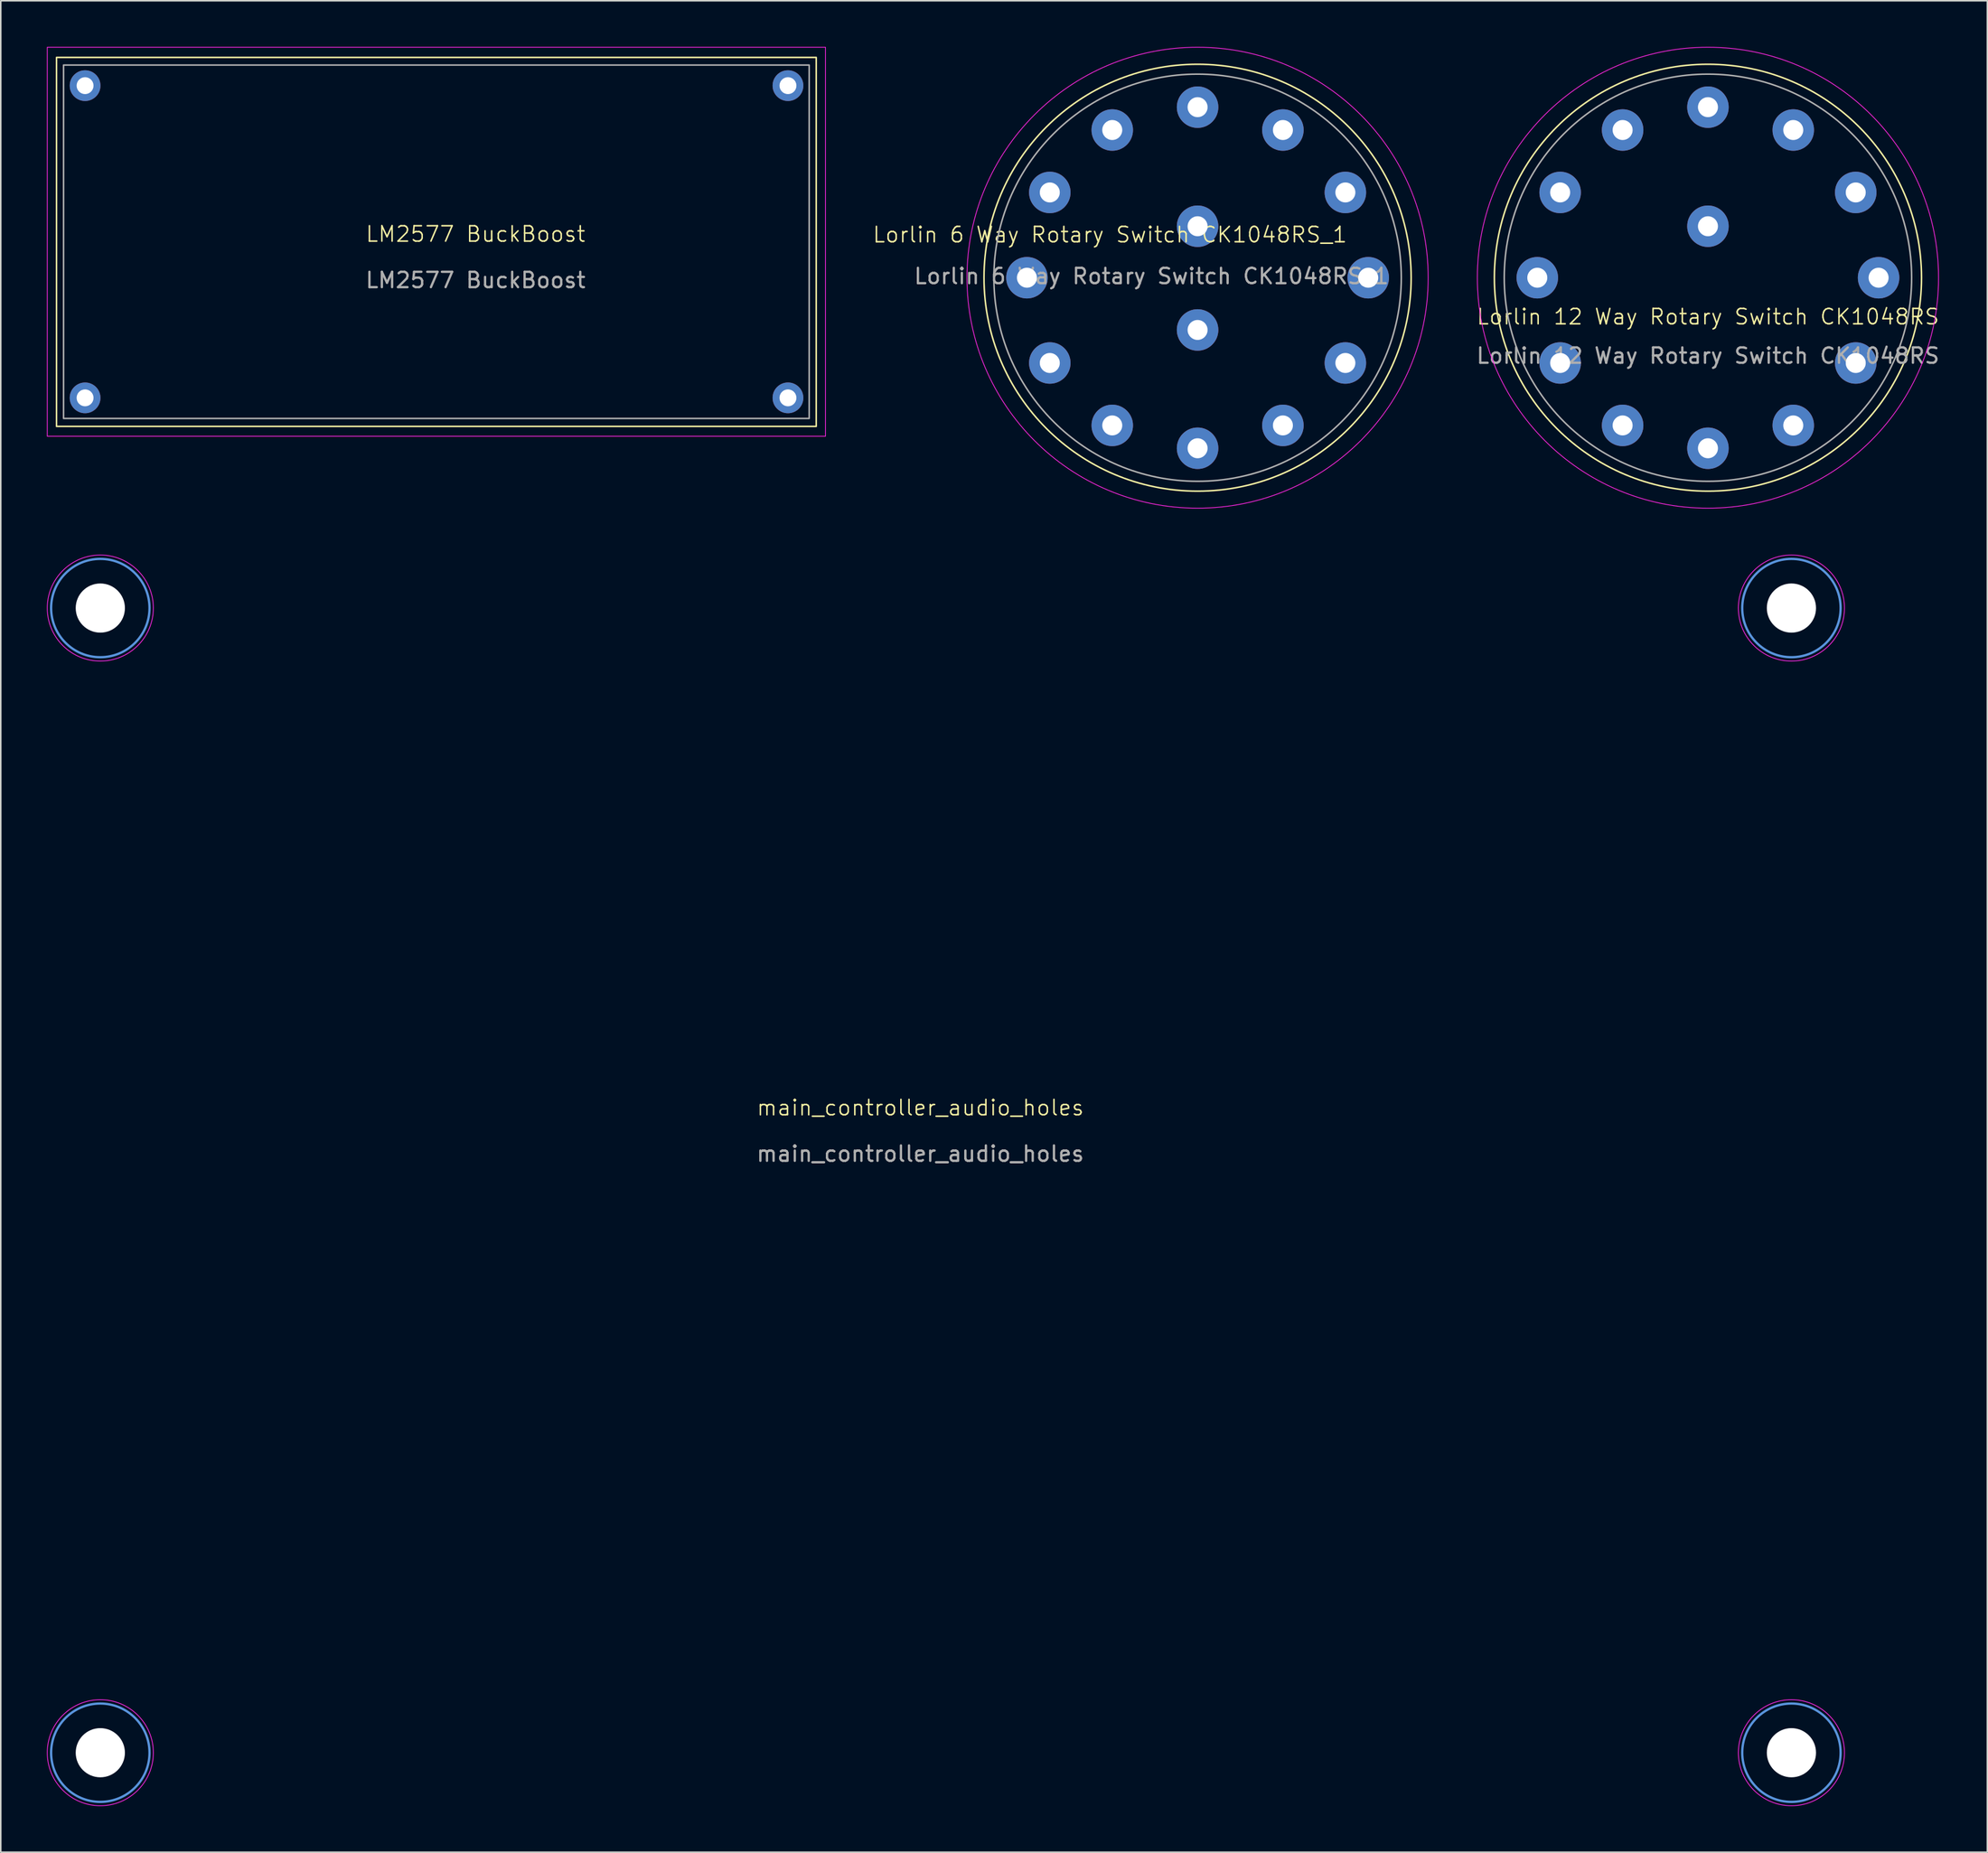
<source format=kicad_pcb>
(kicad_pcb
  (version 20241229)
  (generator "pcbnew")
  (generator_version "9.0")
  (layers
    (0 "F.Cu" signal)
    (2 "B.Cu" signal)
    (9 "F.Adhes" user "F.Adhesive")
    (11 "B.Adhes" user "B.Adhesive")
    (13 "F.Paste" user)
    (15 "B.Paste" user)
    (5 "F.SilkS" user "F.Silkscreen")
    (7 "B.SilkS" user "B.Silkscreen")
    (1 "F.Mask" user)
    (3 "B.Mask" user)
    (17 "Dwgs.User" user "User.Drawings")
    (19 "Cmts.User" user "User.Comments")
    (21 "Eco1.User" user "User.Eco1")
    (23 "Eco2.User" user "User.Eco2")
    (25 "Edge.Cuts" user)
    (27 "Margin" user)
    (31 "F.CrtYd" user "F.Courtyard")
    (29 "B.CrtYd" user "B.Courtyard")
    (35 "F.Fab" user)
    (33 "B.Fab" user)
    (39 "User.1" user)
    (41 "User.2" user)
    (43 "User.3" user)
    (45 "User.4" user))
  (footprint "LM2577 BuckBoost"
    (layer "F.Cu")
    (at 27.884 12.684)
    (property "Reference" "LM2577 BuckBoost" (at 0 -0.5 0) (unlocked yes) (layer "F.SilkS") (effects (font (size 1 1) (thickness 0.1))))
    (attr through_hole)
    (fp_rect (start -27.258 -11.998) (end 22.158 12.018) (stroke (width 0.1) (type default)) (fill no) (layer "F.SilkS"))
    (fp_rect (start -27.859 -12.659) (end 22.76 12.66) (stroke (width 0.05) (type default)) (fill no) (layer "F.CrtYd"))
    (fp_rect (start -26.8 -11.5) (end 21.7 11.5) (stroke (width 0.1) (type default)) (fill no) (layer "F.Fab"))
    (fp_text user "${REFERENCE}" (at 0 2.5 0) (unlocked yes) (layer "F.Fab") (effects (font (size 1 1) (thickness 0.15))))
    (pad "1" thru_hole circle (at -25.4 -10.16) (size 2 2) (drill 1.1) (layers "*.Cu" "*.Mask"))
    (pad "2" thru_hole circle (at -25.4 10.16) (size 2 2) (drill 1.1) (layers "*.Cu" "*.Mask"))
    (pad "3" thru_hole circle (at 20.32 -10.16) (size 2 2) (drill 1.1) (layers "*.Cu" "*.Mask"))
    (pad "4" thru_hole circle (at 20.32 10.16) (size 2 2) (drill 1.1) (layers "*.Cu" "*.Mask")))
  (footprint "Lorlin 6 Way Rotary Switch CK1048RS_1"
    (layer "F.Cu")
    (at 74.848 15.025)
    (property "Reference" "Lorlin 6 Way Rotary Switch CK1048RS_1" (at -5.7 -2.8 0) (unlocked yes) (layer "F.SilkS") (effects (font (size 1 1) (thickness 0.1))))
    (attr smd)
    (fp_circle (center 0 0) (end 12 7) (stroke (width 0.1) (type default)) (fill no) (layer "F.SilkS"))
    (fp_circle (center 0 0) (end 12 9) (stroke (width 0.05) (type default)) (fill no) (layer "F.CrtYd"))
    (fp_circle (center 0 0) (end 11.25 7) (stroke (width 0.1) (type default)) (fill no) (layer "F.Fab"))
    (fp_text user "${REFERENCE}" (at -3 -0.1 0) (unlocked yes) (layer "F.Fab") (effects (font (size 1 1) (thickness 0.15))))
    (pad "1" thru_hole circle (at -5.55 -9.613 30) (size 2.7 2.7) (drill 1.3) (layers "*.Cu" "*.Mask"))
    (pad "2" thru_hole circle (at 0 -11.1) (size 2.7 2.7) (drill 1.3) (layers "*.Cu" "*.Mask"))
    (pad "3" thru_hole circle (at 5.55 -9.613 330) (size 2.7 2.7) (drill 1.3) (layers "*.Cu" "*.Mask"))
    (pad "4" thru_hole circle (at 9.613 -5.55 300) (size 2.7 2.7) (drill 1.3) (layers "*.Cu" "*.Mask"))
    (pad "5" thru_hole circle (at 11.1 0 270) (size 2.7 2.7) (drill 1.3) (layers "*.Cu" "*.Mask"))
    (pad "6" thru_hole circle (at 9.613 5.55 240) (size 2.7 2.7) (drill 1.3) (layers "*.Cu" "*.Mask"))
    (pad "7" thru_hole circle (at 5.55 9.613 210) (size 2.7 2.7) (drill 1.3) (layers "*.Cu" "*.Mask"))
    (pad "8" thru_hole circle (at 0 11.1 180) (size 2.7 2.7) (drill 1.3) (layers "*.Cu" "*.Mask"))
    (pad "9" thru_hole circle (at -5.55 9.613 150) (size 2.7 2.7) (drill 1.3) (layers "*.Cu" "*.Mask"))
    (pad "10" thru_hole circle (at -9.613 5.55 120) (size 2.7 2.7) (drill 1.3) (layers "*.Cu" "*.Mask"))
    (pad "11" thru_hole circle (at -11.1 0 90) (size 2.7 2.7) (drill 1.3) (layers "*.Cu" "*.Mask"))
    (pad "12" thru_hole circle (at -9.613 -5.55 60) (size 2.7 2.7) (drill 1.3) (layers "*.Cu" "*.Mask"))
    (pad "13" thru_hole circle (at 0 -3.35) (size 2.7 2.7) (drill 1.3) (layers "*.Cu" "*.Mask"))
    (pad "14" thru_hole circle (at 0 3.4) (size 2.7 2.7) (drill 1.3) (layers "*.Cu" "*.Mask")))
  (footprint "main_controller_audio_holes"
    (layer "F.Cu")
    (at 56.815 69.545)
    (property "Reference" "main_controller_audio_holes" (at 0 -0.5 0) (unlocked yes) (layer "F.SilkS") (effects (font (size 1 1) (thickness 0.1))))
    (attr through_hole)
    (fp_circle (center -53.34 -33.02) (end -50.14 -33.02) (stroke (width 0.15) (type solid)) (fill no) (layer "Cmts.User"))
    (fp_circle (center -53.34 41.48) (end -50.14 41.48) (stroke (width 0.15) (type solid)) (fill no) (layer "Cmts.User"))
    (fp_circle (center 56.66 -33.02) (end 59.86 -33.02) (stroke (width 0.15) (type solid)) (fill no) (layer "Cmts.User"))
    (fp_circle (center 56.66 41.48) (end 59.86 41.48) (stroke (width 0.15) (type solid)) (fill no) (layer "Cmts.User"))
    (fp_circle (center -53.34 -33.02) (end -49.89 -33.02) (stroke (width 0.05) (type solid)) (fill no) (layer "F.CrtYd"))
    (fp_circle (center -53.34 41.48) (end -49.89 41.48) (stroke (width 0.05) (type solid)) (fill no) (layer "F.CrtYd"))
    (fp_circle (center 56.66 -33.02) (end 60.11 -33.02) (stroke (width 0.05) (type solid)) (fill no) (layer "F.CrtYd"))
    (fp_circle (center 56.66 41.48) (end 60.11 41.48) (stroke (width 0.05) (type solid)) (fill no) (layer "F.CrtYd"))
    (fp_text user "${REFERENCE}" (at 0 2.5 0) (unlocked yes) (layer "F.Fab") (effects (font (size 1 1) (thickness 0.15))))
    (pad "" np_thru_hole circle (at -53.34 -33.02) (size 3.2 3.2) (drill 3.2) (layers "*.Cu" "*.Mask"))
    (pad "" np_thru_hole circle (at -53.34 41.48) (size 3.2 3.2) (drill 3.2) (layers "*.Cu" "*.Mask"))
    (pad "" np_thru_hole circle (at 56.66 -33.02) (size 3.2 3.2) (drill 3.2) (layers "*.Cu" "*.Mask"))
    (pad "" np_thru_hole circle (at 56.66 41.48) (size 3.2 3.2) (drill 3.2) (layers "*.Cu" "*.Mask")))
  (footprint "Lorlin 12 Way Rotary Switch CK1048RS"
    (layer "F.Cu")
    (at 108.045 15.025)
    (property "Reference" "Lorlin 12 Way Rotary Switch CK1048RS" (at 0 2.54 0) (unlocked yes) (layer "F.SilkS") (effects (font (size 1 1) (thickness 0.1))))
    (attr smd)
    (fp_circle (center 0 0) (end 12 7) (stroke (width 0.1) (type default)) (fill no) (layer "F.SilkS"))
    (fp_circle (center 0 0) (end 12 9) (stroke (width 0.05) (type default)) (fill no) (layer "F.CrtYd"))
    (fp_circle (center 0 0) (end 11.25 7) (stroke (width 0.1) (type default)) (fill no) (layer "F.Fab"))
    (fp_text user "${REFERENCE}" (at 0 5.08 0) (unlocked yes) (layer "F.Fab") (effects (font (size 1 1) (thickness 0.15))))
    (pad "1" thru_hole circle (at -5.55 -9.613 30) (size 2.7 2.7) (drill 1.3) (layers "*.Cu" "*.Mask"))
    (pad "2" thru_hole circle (at 0 -11.1) (size 2.7 2.7) (drill 1.3) (layers "*.Cu" "*.Mask"))
    (pad "3" thru_hole circle (at 5.55 -9.613 330) (size 2.7 2.7) (drill 1.3) (layers "*.Cu" "*.Mask"))
    (pad "4" thru_hole circle (at 9.613 -5.55 300) (size 2.7 2.7) (drill 1.3) (layers "*.Cu" "*.Mask"))
    (pad "5" thru_hole circle (at 11.1 0 270) (size 2.7 2.7) (drill 1.3) (layers "*.Cu" "*.Mask"))
    (pad "6" thru_hole circle (at 9.613 5.55 240) (size 2.7 2.7) (drill 1.3) (layers "*.Cu" "*.Mask"))
    (pad "7" thru_hole circle (at 5.55 9.613 210) (size 2.7 2.7) (drill 1.3) (layers "*.Cu" "*.Mask"))
    (pad "8" thru_hole circle (at 0 11.1 180) (size 2.7 2.7) (drill 1.3) (layers "*.Cu" "*.Mask"))
    (pad "9" thru_hole circle (at -5.55 9.613 150) (size 2.7 2.7) (drill 1.3) (layers "*.Cu" "*.Mask"))
    (pad "10" thru_hole circle (at -9.613 5.55 120) (size 2.7 2.7) (drill 1.3) (layers "*.Cu" "*.Mask"))
    (pad "11" thru_hole circle (at -11.1 0 90) (size 2.7 2.7) (drill 1.3) (layers "*.Cu" "*.Mask"))
    (pad "12" thru_hole circle (at -9.613 -5.55 60) (size 2.7 2.7) (drill 1.3) (layers "*.Cu" "*.Mask"))
    (pad "13" thru_hole circle (at 0 -3.35) (size 2.7 2.7) (drill 1.3) (layers "*.Cu" "*.Mask")))
  (gr_rect
    (start -3 -3)
    (end 126.218 117.5)
    (stroke (width 0.1) (type default))
    (fill no)
    (layer "Edge.Cuts")))
</source>
